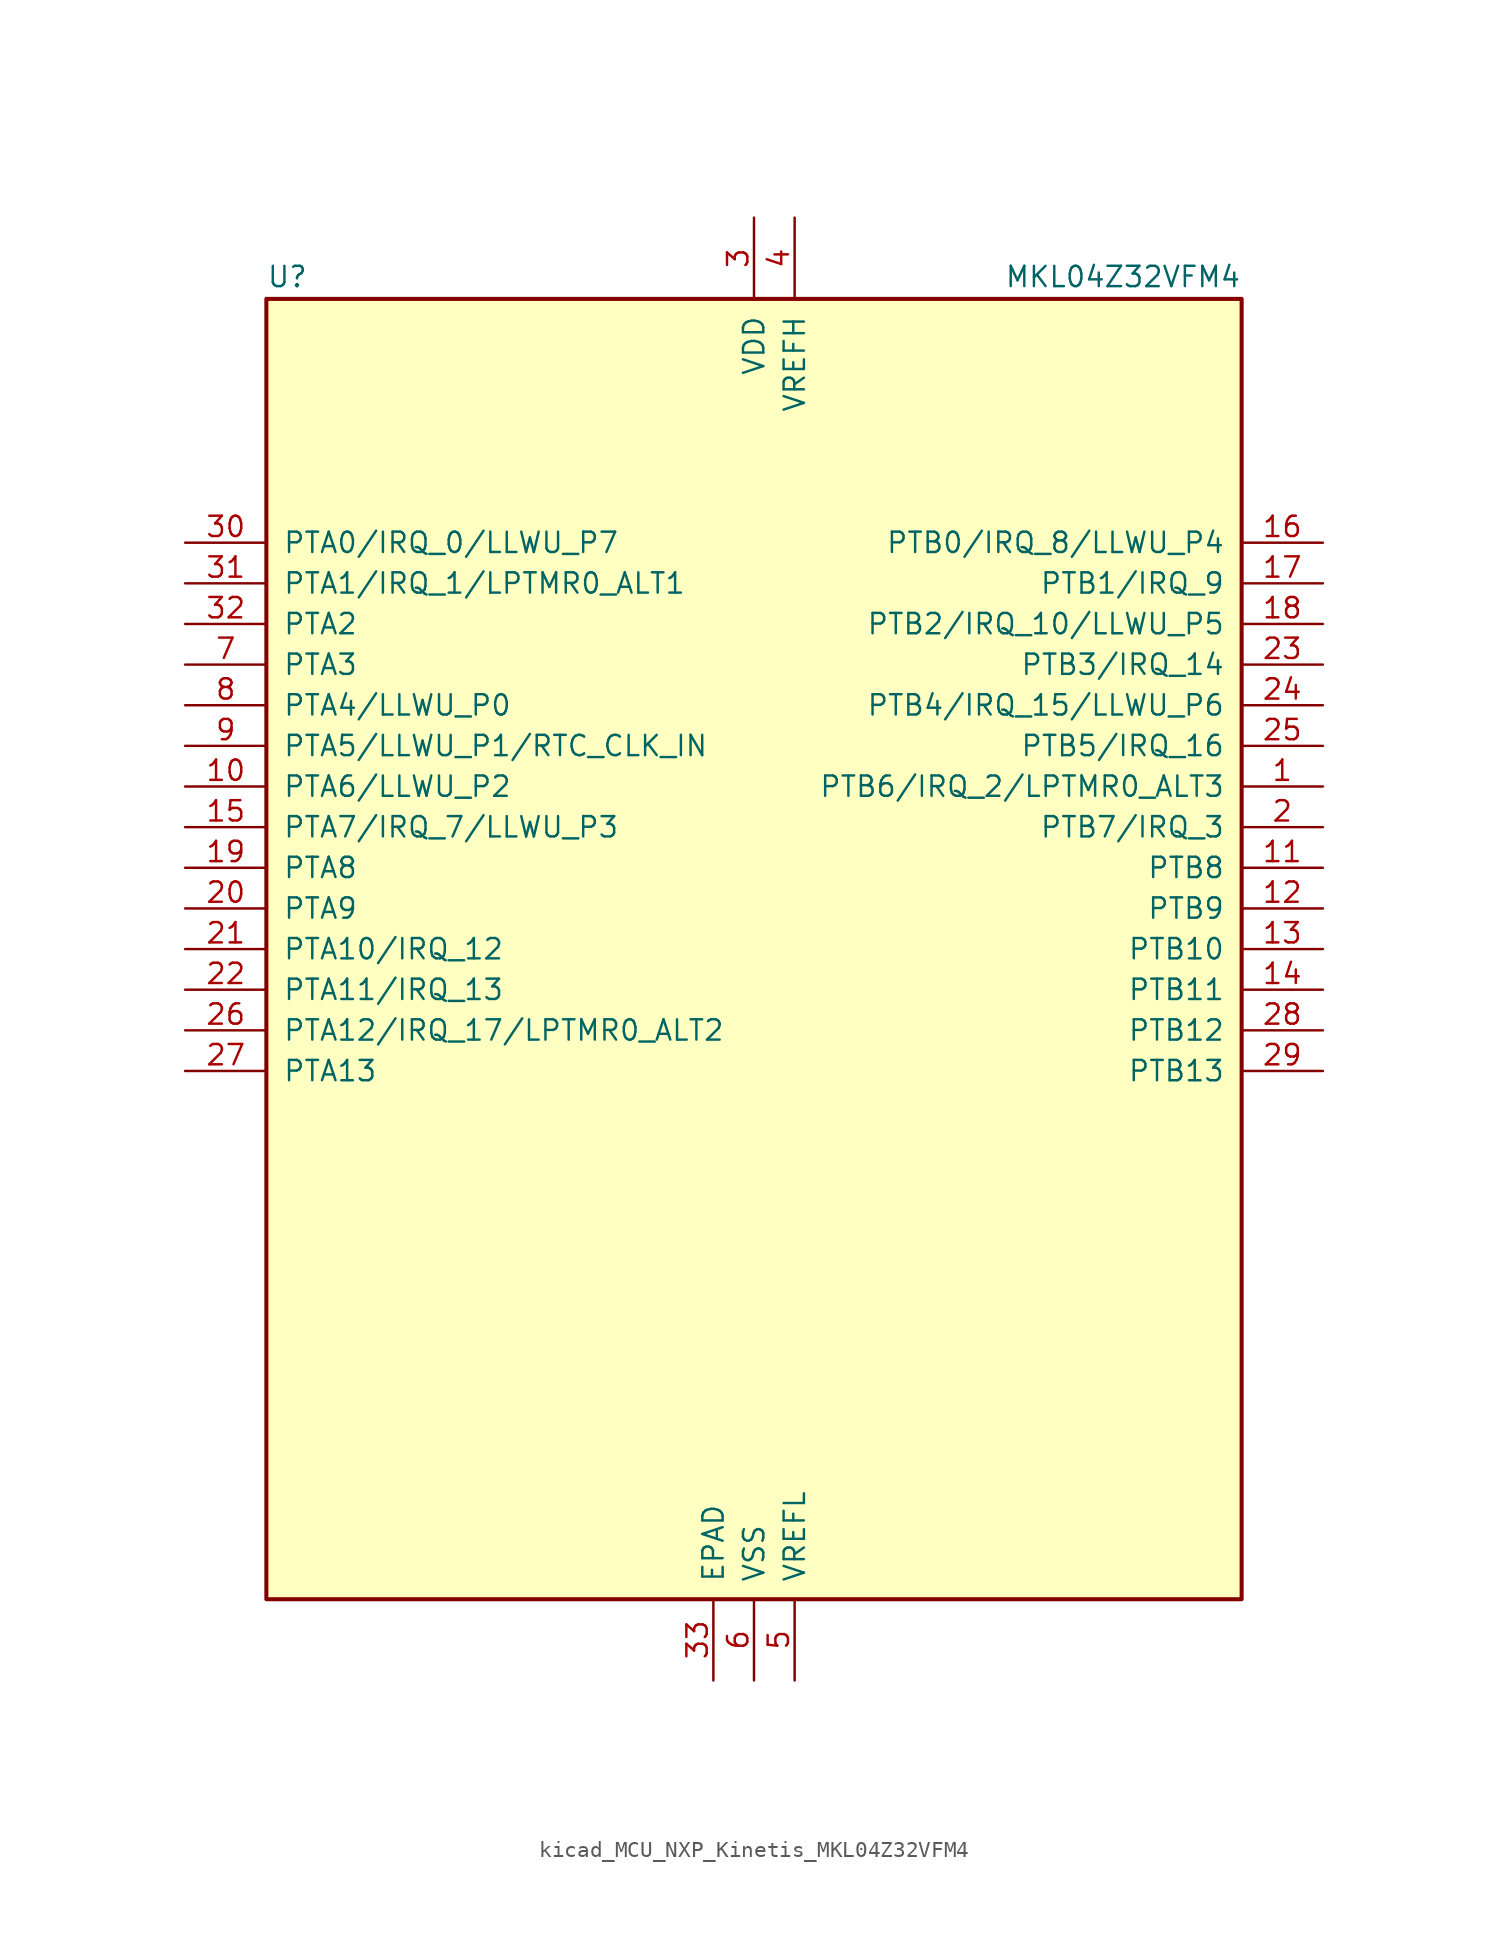
<source format=kicad_sym>
(kicad_symbol_lib
  (version 20220914)
  (generator kicad_symbol_editor)
  (symbol "kicad_MCU_NXP_Kinetis_MKL04Z32VFM4"
    (pin_names
      (offset 1.016))
    (property "Reference" "U"
      (at -30.48 41.275 0)
      (effects (font (size 1.27 1.27)) (justify left bottom)))
    (property "Value" "MKL04Z32VFM4"
      (at 30.48 41.275 0)
      (effects (font (size 1.27 1.27)) (justify right bottom)))
    (symbol "kicad_MCU_NXP_Kinetis_MKL04Z32VFM4_0_1"
      (rectangle (start -30.48 40.64) (end 30.48 -40.64) (stroke (width 0.254) (type default)) (fill (type background))))
    (symbol "kicad_MCU_NXP_Kinetis_MKL04Z32VFM4_1_1"
      (pin bidirectional line (at 35.56 10.16 180) (length 5.08) (name "PTB6/IRQ_2/LPTMR0_ALT3" (effects (font (size 1.27 1.27)))) (number "1" (effects (font (size 1.27 1.27)))))
      (pin bidirectional line (at -35.56 10.16 0) (length 5.08) (name "PTA6/LLWU_P2" (effects (font (size 1.27 1.27)))) (number "10" (effects (font (size 1.27 1.27)))))
      (pin bidirectional line (at 35.56 5.08 180) (length 5.08) (name "PTB8" (effects (font (size 1.27 1.27)))) (number "11" (effects (font (size 1.27 1.27)))))
      (pin bidirectional line (at 35.56 2.54 180) (length 5.08) (name "PTB9" (effects (font (size 1.27 1.27)))) (number "12" (effects (font (size 1.27 1.27)))))
      (pin bidirectional line (at 35.56 0 180) (length 5.08) (name "PTB10" (effects (font (size 1.27 1.27)))) (number "13" (effects (font (size 1.27 1.27)))))
      (pin bidirectional line (at 35.56 -2.54 180) (length 5.08) (name "PTB11" (effects (font (size 1.27 1.27)))) (number "14" (effects (font (size 1.27 1.27)))))
      (pin bidirectional line (at -35.56 7.62 0) (length 5.08) (name "PTA7/IRQ_7/LLWU_P3" (effects (font (size 1.27 1.27)))) (number "15" (effects (font (size 1.27 1.27)))))
      (pin bidirectional line (at 35.56 25.4 180) (length 5.08) (name "PTB0/IRQ_8/LLWU_P4" (effects (font (size 1.27 1.27)))) (number "16" (effects (font (size 1.27 1.27)))))
      (pin bidirectional line (at 35.56 22.86 180) (length 5.08) (name "PTB1/IRQ_9" (effects (font (size 1.27 1.27)))) (number "17" (effects (font (size 1.27 1.27)))))
      (pin bidirectional line (at 35.56 20.32 180) (length 5.08) (name "PTB2/IRQ_10/LLWU_P5" (effects (font (size 1.27 1.27)))) (number "18" (effects (font (size 1.27 1.27)))))
      (pin bidirectional line (at -35.56 5.08 0) (length 5.08) (name "PTA8" (effects (font (size 1.27 1.27)))) (number "19" (effects (font (size 1.27 1.27)))))
      (pin bidirectional line (at 35.56 7.62 180) (length 5.08) (name "PTB7/IRQ_3" (effects (font (size 1.27 1.27)))) (number "2" (effects (font (size 1.27 1.27)))))
      (pin bidirectional line (at -35.56 2.54 0) (length 5.08) (name "PTA9" (effects (font (size 1.27 1.27)))) (number "20" (effects (font (size 1.27 1.27)))))
      (pin bidirectional line (at -35.56 0 0) (length 5.08) (name "PTA10/IRQ_12" (effects (font (size 1.27 1.27)))) (number "21" (effects (font (size 1.27 1.27)))))
      (pin bidirectional line (at -35.56 -2.54 0) (length 5.08) (name "PTA11/IRQ_13" (effects (font (size 1.27 1.27)))) (number "22" (effects (font (size 1.27 1.27)))))
      (pin bidirectional line (at 35.56 17.78 180) (length 5.08) (name "PTB3/IRQ_14" (effects (font (size 1.27 1.27)))) (number "23" (effects (font (size 1.27 1.27)))))
      (pin bidirectional line (at 35.56 15.24 180) (length 5.08) (name "PTB4/IRQ_15/LLWU_P6" (effects (font (size 1.27 1.27)))) (number "24" (effects (font (size 1.27 1.27)))))
      (pin bidirectional line (at 35.56 12.7 180) (length 5.08) (name "PTB5/IRQ_16" (effects (font (size 1.27 1.27)))) (number "25" (effects (font (size 1.27 1.27)))))
      (pin bidirectional line (at -35.56 -5.08 0) (length 5.08) (name "PTA12/IRQ_17/LPTMR0_ALT2" (effects (font (size 1.27 1.27)))) (number "26" (effects (font (size 1.27 1.27)))))
      (pin bidirectional line (at -35.56 -7.62 0) (length 5.08) (name "PTA13" (effects (font (size 1.27 1.27)))) (number "27" (effects (font (size 1.27 1.27)))))
      (pin bidirectional line (at 35.56 -5.08 180) (length 5.08) (name "PTB12" (effects (font (size 1.27 1.27)))) (number "28" (effects (font (size 1.27 1.27)))))
      (pin bidirectional line (at 35.56 -7.62 180) (length 5.08) (name "PTB13" (effects (font (size 1.27 1.27)))) (number "29" (effects (font (size 1.27 1.27)))))
      (pin power_in line (at 0 45.72 270) (length 5.08) (name "VDD" (effects (font (size 1.27 1.27)))) (number "3" (effects (font (size 1.27 1.27)))))
      (pin bidirectional line (at -35.56 25.4 0) (length 5.08) (name "PTA0/IRQ_0/LLWU_P7" (effects (font (size 1.27 1.27)))) (number "30" (effects (font (size 1.27 1.27)))))
      (pin bidirectional line (at -35.56 22.86 0) (length 5.08) (name "PTA1/IRQ_1/LPTMR0_ALT1" (effects (font (size 1.27 1.27)))) (number "31" (effects (font (size 1.27 1.27)))))
      (pin bidirectional line (at -35.56 20.32 0) (length 5.08) (name "PTA2" (effects (font (size 1.27 1.27)))) (number "32" (effects (font (size 1.27 1.27)))))
      (pin power_in line (at -2.54 -45.72 90) (length 5.08) (name "EPAD" (effects (font (size 1.27 1.27)))) (number "33" (effects (font (size 1.27 1.27)))))
      (pin power_in line (at 2.54 45.72 270) (length 5.08) (name "VREFH" (effects (font (size 1.27 1.27)))) (number "4" (effects (font (size 1.27 1.27)))))
      (pin power_in line (at 2.54 -45.72 90) (length 5.08) (name "VREFL" (effects (font (size 1.27 1.27)))) (number "5" (effects (font (size 1.27 1.27)))))
      (pin power_in line (at 0 -45.72 90) (length 5.08) (name "VSS" (effects (font (size 1.27 1.27)))) (number "6" (effects (font (size 1.27 1.27)))))
      (pin bidirectional line (at -35.56 17.78 0) (length 5.08) (name "PTA3" (effects (font (size 1.27 1.27)))) (number "7" (effects (font (size 1.27 1.27)))))
      (pin bidirectional line (at -35.56 15.24 0) (length 5.08) (name "PTA4/LLWU_P0" (effects (font (size 1.27 1.27)))) (number "8" (effects (font (size 1.27 1.27)))))
      (pin bidirectional line (at -35.56 12.7 0) (length 5.08) (name "PTA5/LLWU_P1/RTC_CLK_IN" (effects (font (size 1.27 1.27)))) (number "9" (effects (font (size 1.27 1.27))))))))
</source>
